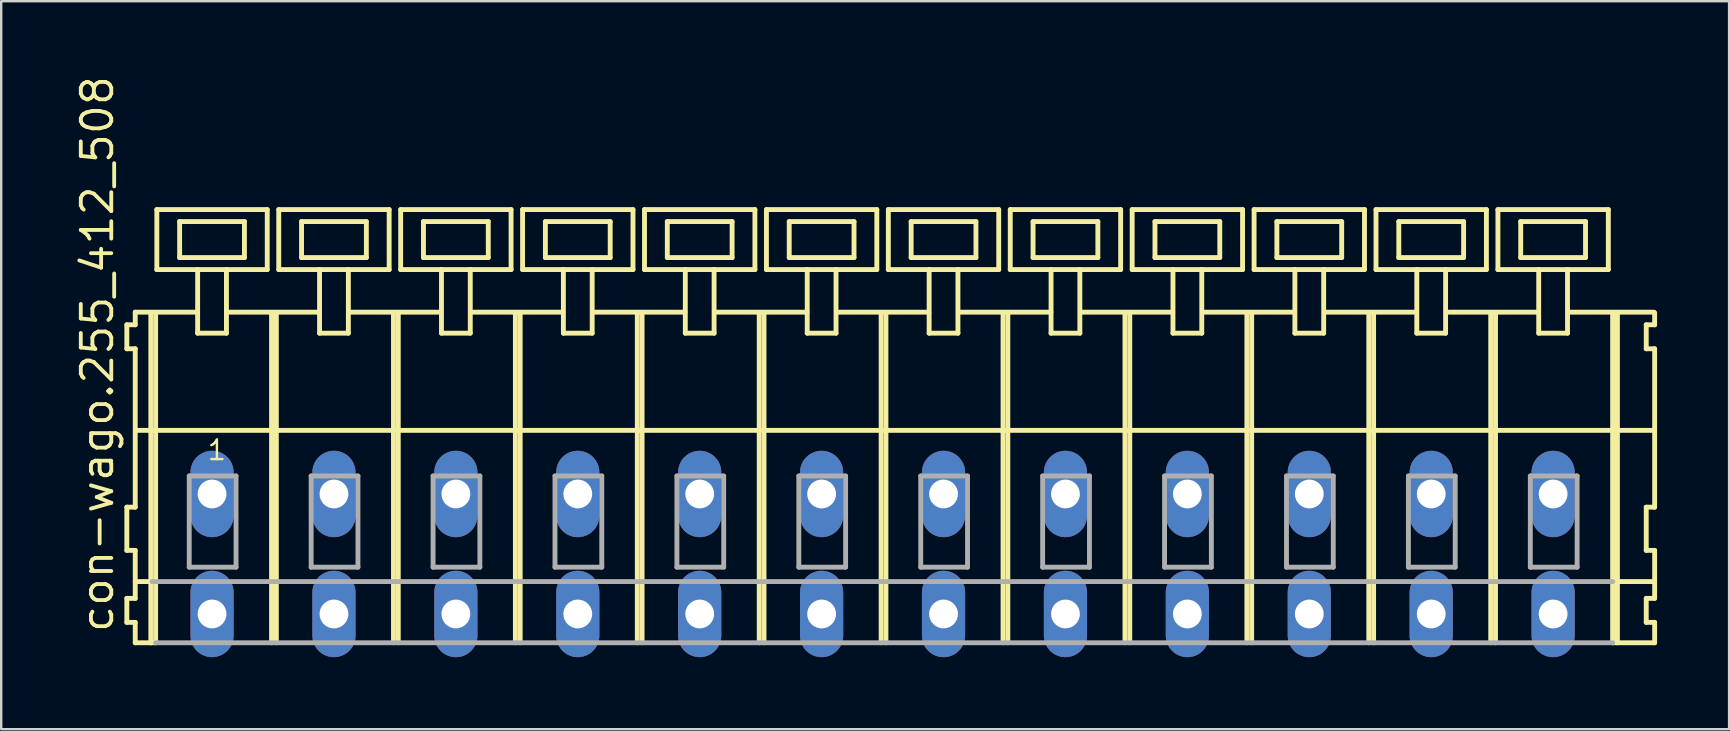
<source format=kicad_pcb>
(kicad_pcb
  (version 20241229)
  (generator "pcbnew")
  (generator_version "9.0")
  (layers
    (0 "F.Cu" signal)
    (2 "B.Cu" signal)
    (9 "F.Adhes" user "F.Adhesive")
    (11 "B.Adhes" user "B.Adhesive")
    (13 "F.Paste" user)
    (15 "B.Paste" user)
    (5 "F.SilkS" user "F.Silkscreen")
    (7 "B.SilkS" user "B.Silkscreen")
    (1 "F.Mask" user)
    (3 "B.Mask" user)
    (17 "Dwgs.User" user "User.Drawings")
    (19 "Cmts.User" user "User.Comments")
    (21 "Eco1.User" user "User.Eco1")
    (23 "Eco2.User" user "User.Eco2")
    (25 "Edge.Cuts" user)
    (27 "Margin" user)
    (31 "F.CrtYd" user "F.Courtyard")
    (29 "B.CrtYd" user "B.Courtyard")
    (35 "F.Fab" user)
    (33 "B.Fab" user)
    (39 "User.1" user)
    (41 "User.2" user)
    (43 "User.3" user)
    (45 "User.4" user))
  (footprint "con-wago.255_412_508"
    (layer "F.Cu")
    (at 33.725 17.533)
    (property "Reference" "con-wago.255_412_508" (at -31.975 5.855 90) (layer "F.SilkS") (effects (font (size 1.27 1.27) (thickness 0.16)) (justify left bottom)))
    (attr through_hole)
    (fp_line (start -31.49 -7.05) (end -31.49 -6.05) (stroke (width 0.203) (type default)) (layer "F.SilkS"))
    (fp_line (start -31.49 -6.05) (end -31.14 -6.05) (stroke (width 0.203) (type default)) (layer "F.SilkS"))
    (fp_line (start -31.49 0.55) (end -31.49 2.35) (stroke (width 0.203) (type default)) (layer "F.SilkS"))
    (fp_line (start -31.49 2.35) (end -31.14 2.35) (stroke (width 0.203) (type default)) (layer "F.SilkS"))
    (fp_line (start -31.49 4.35) (end -31.49 5.35) (stroke (width 0.203) (type default)) (layer "F.SilkS"))
    (fp_line (start -31.49 5.35) (end -31.14 5.35) (stroke (width 0.203) (type default)) (layer "F.SilkS"))
    (fp_line (start -31.14 -7.575) (end -31.14 -7.05) (stroke (width 0.203) (type default)) (layer "F.SilkS"))
    (fp_line (start -31.14 -7.575) (end -28.565 -7.575) (stroke (width 0.203) (type default)) (layer "F.SilkS"))
    (fp_line (start -31.14 -7.05) (end -31.49 -7.05) (stroke (width 0.203) (type default)) (layer "F.SilkS"))
    (fp_line (start -31.14 -6.05) (end -31.14 0.55) (stroke (width 0.203) (type default)) (layer "F.SilkS"))
    (fp_line (start -31.14 0.55) (end -31.49 0.55) (stroke (width 0.203) (type default)) (layer "F.SilkS"))
    (fp_line (start -31.14 2.35) (end -31.14 4.35) (stroke (width 0.203) (type default)) (layer "F.SilkS"))
    (fp_line (start -31.14 3.65) (end -30.44 3.65) (stroke (width 0.203) (type default)) (layer "F.SilkS"))
    (fp_line (start -31.14 4.35) (end -31.49 4.35) (stroke (width 0.203) (type default)) (layer "F.SilkS"))
    (fp_line (start -31.14 5.35) (end -31.14 6.2) (stroke (width 0.203) (type default)) (layer "F.SilkS"))
    (fp_line (start -31.14 6.2) (end -30.49 6.2) (stroke (width 0.203) (type default)) (layer "F.SilkS"))
    (fp_line (start -31.09 -2.65) (end 30.42 -2.65) (stroke (width 0.203) (type default)) (layer "F.SilkS"))
    (fp_line (start -30.49 -7.55) (end -30.49 6.2) (stroke (width 0.203) (type default)) (layer "F.SilkS"))
    (fp_line (start -30.49 6.2) (end -30.29 6.2) (stroke (width 0.203) (type default)) (layer "F.SilkS"))
    (fp_line (start -30.29 -7.55) (end -30.29 6.2) (stroke (width 0.203) (type default)) (layer "F.SilkS"))
    (fp_line (start -30.24 -11.85) (end -30.24 -9.35) (stroke (width 0.203) (type default)) (layer "F.SilkS"))
    (fp_line (start -30.24 -9.35) (end -28.54 -9.35) (stroke (width 0.203) (type default)) (layer "F.SilkS"))
    (fp_line (start -29.29 -11.35) (end -29.29 -9.85) (stroke (width 0.203) (type default)) (layer "F.SilkS"))
    (fp_line (start -29.29 -9.85) (end -26.59 -9.85) (stroke (width 0.203) (type default)) (layer "F.SilkS"))
    (fp_line (start -28.54 -9.35) (end -28.54 -6.7) (stroke (width 0.203) (type default)) (layer "F.SilkS"))
    (fp_line (start -28.54 -9.35) (end -27.34 -9.35) (stroke (width 0.203) (type default)) (layer "F.SilkS"))
    (fp_line (start -28.54 -6.7) (end -27.34 -6.7) (stroke (width 0.203) (type default)) (layer "F.SilkS"))
    (fp_line (start -27.34 -9.35) (end -25.64 -9.35) (stroke (width 0.203) (type default)) (layer "F.SilkS"))
    (fp_line (start -27.34 -6.7) (end -27.34 -9.35) (stroke (width 0.203) (type default)) (layer "F.SilkS"))
    (fp_line (start -27.315 -7.575) (end -23.481 -7.575) (stroke (width 0.203) (type default)) (layer "F.SilkS"))
    (fp_line (start -26.59 -11.35) (end -29.29 -11.35) (stroke (width 0.203) (type default)) (layer "F.SilkS"))
    (fp_line (start -26.59 -9.85) (end -26.59 -11.35) (stroke (width 0.203) (type default)) (layer "F.SilkS"))
    (fp_line (start -25.64 -11.85) (end -30.24 -11.85) (stroke (width 0.203) (type default)) (layer "F.SilkS"))
    (fp_line (start -25.64 -9.35) (end -25.64 -11.85) (stroke (width 0.203) (type default)) (layer "F.SilkS"))
    (fp_line (start -25.46 -7.55) (end -25.46 6.2) (stroke (width 0.203) (type default)) (layer "F.SilkS"))
    (fp_line (start -25.26 -7.55) (end -25.26 6.2) (stroke (width 0.203) (type default)) (layer "F.SilkS"))
    (fp_line (start -25.16 -11.85) (end -25.16 -9.35) (stroke (width 0.203) (type default)) (layer "F.SilkS"))
    (fp_line (start -25.16 -9.35) (end -23.46 -9.35) (stroke (width 0.203) (type default)) (layer "F.SilkS"))
    (fp_line (start -24.21 -11.35) (end -24.21 -9.85) (stroke (width 0.203) (type default)) (layer "F.SilkS"))
    (fp_line (start -24.21 -9.85) (end -21.51 -9.85) (stroke (width 0.203) (type default)) (layer "F.SilkS"))
    (fp_line (start -23.46 -9.35) (end -23.46 -6.7) (stroke (width 0.203) (type default)) (layer "F.SilkS"))
    (fp_line (start -23.46 -9.35) (end -22.26 -9.35) (stroke (width 0.203) (type default)) (layer "F.SilkS"))
    (fp_line (start -23.46 -6.7) (end -22.26 -6.7) (stroke (width 0.203) (type default)) (layer "F.SilkS"))
    (fp_line (start -22.26 -9.35) (end -20.56 -9.35) (stroke (width 0.203) (type default)) (layer "F.SilkS"))
    (fp_line (start -22.26 -6.7) (end -22.26 -9.35) (stroke (width 0.203) (type default)) (layer "F.SilkS"))
    (fp_line (start -22.235 -7.575) (end -18.39 -7.575) (stroke (width 0.203) (type default)) (layer "F.SilkS"))
    (fp_line (start -21.51 -11.35) (end -24.21 -11.35) (stroke (width 0.203) (type default)) (layer "F.SilkS"))
    (fp_line (start -21.51 -9.85) (end -21.51 -11.35) (stroke (width 0.203) (type default)) (layer "F.SilkS"))
    (fp_line (start -20.56 -11.85) (end -25.16 -11.85) (stroke (width 0.203) (type default)) (layer "F.SilkS"))
    (fp_line (start -20.56 -9.35) (end -20.56 -11.85) (stroke (width 0.203) (type default)) (layer "F.SilkS"))
    (fp_line (start -20.38 -7.55) (end -20.38 6.2) (stroke (width 0.203) (type default)) (layer "F.SilkS"))
    (fp_line (start -20.18 -7.55) (end -20.18 6.2) (stroke (width 0.203) (type default)) (layer "F.SilkS"))
    (fp_line (start -20.08 -11.85) (end -20.08 -9.35) (stroke (width 0.203) (type default)) (layer "F.SilkS"))
    (fp_line (start -20.08 -9.35) (end -18.38 -9.35) (stroke (width 0.203) (type default)) (layer "F.SilkS"))
    (fp_line (start -19.13 -11.35) (end -19.13 -9.85) (stroke (width 0.203) (type default)) (layer "F.SilkS"))
    (fp_line (start -19.13 -9.85) (end -16.43 -9.85) (stroke (width 0.203) (type default)) (layer "F.SilkS"))
    (fp_line (start -18.38 -9.35) (end -18.38 -6.7) (stroke (width 0.203) (type default)) (layer "F.SilkS"))
    (fp_line (start -18.38 -9.35) (end -17.18 -9.35) (stroke (width 0.203) (type default)) (layer "F.SilkS"))
    (fp_line (start -18.38 -6.7) (end -17.18 -6.7) (stroke (width 0.203) (type default)) (layer "F.SilkS"))
    (fp_line (start -17.18 -9.35) (end -15.48 -9.35) (stroke (width 0.203) (type default)) (layer "F.SilkS"))
    (fp_line (start -17.18 -6.7) (end -17.18 -9.35) (stroke (width 0.203) (type default)) (layer "F.SilkS"))
    (fp_line (start -17.155 -7.575) (end -13.31 -7.575) (stroke (width 0.203) (type default)) (layer "F.SilkS"))
    (fp_line (start -16.43 -11.35) (end -19.13 -11.35) (stroke (width 0.203) (type default)) (layer "F.SilkS"))
    (fp_line (start -16.43 -9.85) (end -16.43 -11.35) (stroke (width 0.203) (type default)) (layer "F.SilkS"))
    (fp_line (start -15.48 -11.85) (end -20.08 -11.85) (stroke (width 0.203) (type default)) (layer "F.SilkS"))
    (fp_line (start -15.48 -9.35) (end -15.48 -11.85) (stroke (width 0.203) (type default)) (layer "F.SilkS"))
    (fp_line (start -15.3 -7.55) (end -15.3 6.2) (stroke (width 0.203) (type default)) (layer "F.SilkS"))
    (fp_line (start -15.1 -7.55) (end -15.1 6.2) (stroke (width 0.203) (type default)) (layer "F.SilkS"))
    (fp_line (start -15 -11.85) (end -15 -9.35) (stroke (width 0.203) (type default)) (layer "F.SilkS"))
    (fp_line (start -15 -9.35) (end -13.3 -9.35) (stroke (width 0.203) (type default)) (layer "F.SilkS"))
    (fp_line (start -14.05 -11.35) (end -14.05 -9.85) (stroke (width 0.203) (type default)) (layer "F.SilkS"))
    (fp_line (start -14.05 -9.85) (end -11.35 -9.85) (stroke (width 0.203) (type default)) (layer "F.SilkS"))
    (fp_line (start -13.3 -9.35) (end -13.3 -6.7) (stroke (width 0.203) (type default)) (layer "F.SilkS"))
    (fp_line (start -13.3 -9.35) (end -12.1 -9.35) (stroke (width 0.203) (type default)) (layer "F.SilkS"))
    (fp_line (start -13.3 -6.7) (end -12.1 -6.7) (stroke (width 0.203) (type default)) (layer "F.SilkS"))
    (fp_line (start -12.1 -9.35) (end -10.4 -9.35) (stroke (width 0.203) (type default)) (layer "F.SilkS"))
    (fp_line (start -12.1 -6.7) (end -12.1 -9.35) (stroke (width 0.203) (type default)) (layer "F.SilkS"))
    (fp_line (start -12.075 -7.575) (end -8.23 -7.575) (stroke (width 0.203) (type default)) (layer "F.SilkS"))
    (fp_line (start -11.35 -11.35) (end -14.05 -11.35) (stroke (width 0.203) (type default)) (layer "F.SilkS"))
    (fp_line (start -11.35 -9.85) (end -11.35 -11.35) (stroke (width 0.203) (type default)) (layer "F.SilkS"))
    (fp_line (start -10.4 -11.85) (end -15 -11.85) (stroke (width 0.203) (type default)) (layer "F.SilkS"))
    (fp_line (start -10.4 -9.35) (end -10.4 -11.85) (stroke (width 0.203) (type default)) (layer "F.SilkS"))
    (fp_line (start -10.22 -7.55) (end -10.22 6.2) (stroke (width 0.203) (type default)) (layer "F.SilkS"))
    (fp_line (start -10.02 -7.55) (end -10.02 6.2) (stroke (width 0.203) (type default)) (layer "F.SilkS"))
    (fp_line (start -9.92 -11.85) (end -9.92 -9.35) (stroke (width 0.203) (type default)) (layer "F.SilkS"))
    (fp_line (start -9.92 -9.35) (end -8.22 -9.35) (stroke (width 0.203) (type default)) (layer "F.SilkS"))
    (fp_line (start -8.97 -11.35) (end -8.97 -9.85) (stroke (width 0.203) (type default)) (layer "F.SilkS"))
    (fp_line (start -8.97 -9.85) (end -6.27 -9.85) (stroke (width 0.203) (type default)) (layer "F.SilkS"))
    (fp_line (start -8.22 -9.35) (end -8.22 -6.7) (stroke (width 0.203) (type default)) (layer "F.SilkS"))
    (fp_line (start -8.22 -9.35) (end -7.02 -9.35) (stroke (width 0.203) (type default)) (layer "F.SilkS"))
    (fp_line (start -8.22 -6.7) (end -7.02 -6.7) (stroke (width 0.203) (type default)) (layer "F.SilkS"))
    (fp_line (start -7.02 -9.35) (end -5.32 -9.35) (stroke (width 0.203) (type default)) (layer "F.SilkS"))
    (fp_line (start -7.02 -6.7) (end -7.02 -9.35) (stroke (width 0.203) (type default)) (layer "F.SilkS"))
    (fp_line (start -6.995 -7.575) (end -3.15 -7.575) (stroke (width 0.203) (type default)) (layer "F.SilkS"))
    (fp_line (start -6.27 -11.35) (end -8.97 -11.35) (stroke (width 0.203) (type default)) (layer "F.SilkS"))
    (fp_line (start -6.27 -9.85) (end -6.27 -11.35) (stroke (width 0.203) (type default)) (layer "F.SilkS"))
    (fp_line (start -5.32 -11.85) (end -9.92 -11.85) (stroke (width 0.203) (type default)) (layer "F.SilkS"))
    (fp_line (start -5.32 -9.35) (end -5.32 -11.85) (stroke (width 0.203) (type default)) (layer "F.SilkS"))
    (fp_line (start -5.14 -7.55) (end -5.14 6.2) (stroke (width 0.203) (type default)) (layer "F.SilkS"))
    (fp_line (start -4.94 -7.55) (end -4.94 6.2) (stroke (width 0.203) (type default)) (layer "F.SilkS"))
    (fp_line (start -4.84 -11.85) (end -4.84 -9.35) (stroke (width 0.203) (type default)) (layer "F.SilkS"))
    (fp_line (start -4.84 -9.35) (end -3.14 -9.35) (stroke (width 0.203) (type default)) (layer "F.SilkS"))
    (fp_line (start -3.89 -11.35) (end -3.89 -9.85) (stroke (width 0.203) (type default)) (layer "F.SilkS"))
    (fp_line (start -3.89 -9.85) (end -1.19 -9.85) (stroke (width 0.203) (type default)) (layer "F.SilkS"))
    (fp_line (start -3.14 -9.35) (end -3.14 -6.7) (stroke (width 0.203) (type default)) (layer "F.SilkS"))
    (fp_line (start -3.14 -9.35) (end -1.94 -9.35) (stroke (width 0.203) (type default)) (layer "F.SilkS"))
    (fp_line (start -3.14 -6.7) (end -1.94 -6.7) (stroke (width 0.203) (type default)) (layer "F.SilkS"))
    (fp_line (start -1.94 -9.35) (end -0.24 -9.35) (stroke (width 0.203) (type default)) (layer "F.SilkS"))
    (fp_line (start -1.94 -6.7) (end -1.94 -9.35) (stroke (width 0.203) (type default)) (layer "F.SilkS"))
    (fp_line (start -1.915 -7.575) (end 1.93 -7.575) (stroke (width 0.203) (type default)) (layer "F.SilkS"))
    (fp_line (start -1.19 -11.35) (end -3.89 -11.35) (stroke (width 0.203) (type default)) (layer "F.SilkS"))
    (fp_line (start -1.19 -9.85) (end -1.19 -11.35) (stroke (width 0.203) (type default)) (layer "F.SilkS"))
    (fp_line (start -0.24 -11.85) (end -4.84 -11.85) (stroke (width 0.203) (type default)) (layer "F.SilkS"))
    (fp_line (start -0.24 -9.35) (end -0.24 -11.85) (stroke (width 0.203) (type default)) (layer "F.SilkS"))
    (fp_line (start -0.06 -7.55) (end -0.06 6.2) (stroke (width 0.203) (type default)) (layer "F.SilkS"))
    (fp_line (start 0.14 -7.55) (end 0.14 6.2) (stroke (width 0.203) (type default)) (layer "F.SilkS"))
    (fp_line (start 0.24 -11.85) (end 0.24 -9.35) (stroke (width 0.203) (type default)) (layer "F.SilkS"))
    (fp_line (start 0.24 -9.35) (end 1.94 -9.35) (stroke (width 0.203) (type default)) (layer "F.SilkS"))
    (fp_line (start 1.19 -11.35) (end 1.19 -9.85) (stroke (width 0.203) (type default)) (layer "F.SilkS"))
    (fp_line (start 1.19 -9.85) (end 3.89 -9.85) (stroke (width 0.203) (type default)) (layer "F.SilkS"))
    (fp_line (start 1.94 -9.35) (end 1.94 -6.7) (stroke (width 0.203) (type default)) (layer "F.SilkS"))
    (fp_line (start 1.94 -9.35) (end 3.14 -9.35) (stroke (width 0.203) (type default)) (layer "F.SilkS"))
    (fp_line (start 1.94 -6.7) (end 3.14 -6.7) (stroke (width 0.203) (type default)) (layer "F.SilkS"))
    (fp_line (start 3.14 -9.35) (end 4.84 -9.35) (stroke (width 0.203) (type default)) (layer "F.SilkS"))
    (fp_line (start 3.14 -6.7) (end 3.14 -9.35) (stroke (width 0.203) (type default)) (layer "F.SilkS"))
    (fp_line (start 3.165 -7.575) (end 7.01 -7.575) (stroke (width 0.203) (type default)) (layer "F.SilkS"))
    (fp_line (start 3.89 -11.35) (end 1.19 -11.35) (stroke (width 0.203) (type default)) (layer "F.SilkS"))
    (fp_line (start 3.89 -9.85) (end 3.89 -11.35) (stroke (width 0.203) (type default)) (layer "F.SilkS"))
    (fp_line (start 4.84 -11.85) (end 0.24 -11.85) (stroke (width 0.203) (type default)) (layer "F.SilkS"))
    (fp_line (start 4.84 -9.35) (end 4.84 -11.85) (stroke (width 0.203) (type default)) (layer "F.SilkS"))
    (fp_line (start 5.02 -7.55) (end 5.02 6.2) (stroke (width 0.203) (type default)) (layer "F.SilkS"))
    (fp_line (start 5.22 -7.55) (end 5.22 6.2) (stroke (width 0.203) (type default)) (layer "F.SilkS"))
    (fp_line (start 5.32 -11.85) (end 5.32 -9.35) (stroke (width 0.203) (type default)) (layer "F.SilkS"))
    (fp_line (start 5.32 -9.35) (end 7.02 -9.35) (stroke (width 0.203) (type default)) (layer "F.SilkS"))
    (fp_line (start 6.27 -11.35) (end 6.27 -9.85) (stroke (width 0.203) (type default)) (layer "F.SilkS"))
    (fp_line (start 6.27 -9.85) (end 8.97 -9.85) (stroke (width 0.203) (type default)) (layer "F.SilkS"))
    (fp_line (start 7.02 -9.35) (end 7.02 -6.7) (stroke (width 0.203) (type default)) (layer "F.SilkS"))
    (fp_line (start 7.02 -9.35) (end 8.22 -9.35) (stroke (width 0.203) (type default)) (layer "F.SilkS"))
    (fp_line (start 7.02 -6.7) (end 8.22 -6.7) (stroke (width 0.203) (type default)) (layer "F.SilkS"))
    (fp_line (start 8.22 -9.35) (end 9.92 -9.35) (stroke (width 0.203) (type default)) (layer "F.SilkS"))
    (fp_line (start 8.22 -6.7) (end 8.22 -9.35) (stroke (width 0.203) (type default)) (layer "F.SilkS"))
    (fp_line (start 8.245 -7.575) (end 12.09 -7.575) (stroke (width 0.203) (type default)) (layer "F.SilkS"))
    (fp_line (start 8.97 -11.35) (end 6.27 -11.35) (stroke (width 0.203) (type default)) (layer "F.SilkS"))
    (fp_line (start 8.97 -9.85) (end 8.97 -11.35) (stroke (width 0.203) (type default)) (layer "F.SilkS"))
    (fp_line (start 9.92 -11.85) (end 5.32 -11.85) (stroke (width 0.203) (type default)) (layer "F.SilkS"))
    (fp_line (start 9.92 -9.35) (end 9.92 -11.85) (stroke (width 0.203) (type default)) (layer "F.SilkS"))
    (fp_line (start 10.1 -7.55) (end 10.1 6.2) (stroke (width 0.203) (type default)) (layer "F.SilkS"))
    (fp_line (start 10.3 -7.55) (end 10.3 6.2) (stroke (width 0.203) (type default)) (layer "F.SilkS"))
    (fp_line (start 10.4 -11.85) (end 10.4 -9.35) (stroke (width 0.203) (type default)) (layer "F.SilkS"))
    (fp_line (start 10.4 -9.35) (end 12.1 -9.35) (stroke (width 0.203) (type default)) (layer "F.SilkS"))
    (fp_line (start 11.35 -11.35) (end 11.35 -9.85) (stroke (width 0.203) (type default)) (layer "F.SilkS"))
    (fp_line (start 11.35 -9.85) (end 14.05 -9.85) (stroke (width 0.203) (type default)) (layer "F.SilkS"))
    (fp_line (start 12.1 -9.35) (end 12.1 -6.7) (stroke (width 0.203) (type default)) (layer "F.SilkS"))
    (fp_line (start 12.1 -9.35) (end 13.3 -9.35) (stroke (width 0.203) (type default)) (layer "F.SilkS"))
    (fp_line (start 12.1 -6.7) (end 13.3 -6.7) (stroke (width 0.203) (type default)) (layer "F.SilkS"))
    (fp_line (start 13.3 -9.35) (end 15 -9.35) (stroke (width 0.203) (type default)) (layer "F.SilkS"))
    (fp_line (start 13.3 -6.7) (end 13.3 -9.35) (stroke (width 0.203) (type default)) (layer "F.SilkS"))
    (fp_line (start 13.325 -7.575) (end 17.17 -7.575) (stroke (width 0.203) (type default)) (layer "F.SilkS"))
    (fp_line (start 14.05 -11.35) (end 11.35 -11.35) (stroke (width 0.203) (type default)) (layer "F.SilkS"))
    (fp_line (start 14.05 -9.85) (end 14.05 -11.35) (stroke (width 0.203) (type default)) (layer "F.SilkS"))
    (fp_line (start 15 -11.85) (end 10.4 -11.85) (stroke (width 0.203) (type default)) (layer "F.SilkS"))
    (fp_line (start 15 -9.35) (end 15 -11.85) (stroke (width 0.203) (type default)) (layer "F.SilkS"))
    (fp_line (start 15.18 -7.55) (end 15.18 6.2) (stroke (width 0.203) (type default)) (layer "F.SilkS"))
    (fp_line (start 15.38 -7.55) (end 15.38 6.2) (stroke (width 0.203) (type default)) (layer "F.SilkS"))
    (fp_line (start 15.48 -11.85) (end 15.48 -9.35) (stroke (width 0.203) (type default)) (layer "F.SilkS"))
    (fp_line (start 15.48 -9.35) (end 17.18 -9.35) (stroke (width 0.203) (type default)) (layer "F.SilkS"))
    (fp_line (start 16.43 -11.35) (end 16.43 -9.85) (stroke (width 0.203) (type default)) (layer "F.SilkS"))
    (fp_line (start 16.43 -9.85) (end 19.13 -9.85) (stroke (width 0.203) (type default)) (layer "F.SilkS"))
    (fp_line (start 17.18 -9.35) (end 17.18 -6.7) (stroke (width 0.203) (type default)) (layer "F.SilkS"))
    (fp_line (start 17.18 -9.35) (end 18.38 -9.35) (stroke (width 0.203) (type default)) (layer "F.SilkS"))
    (fp_line (start 17.18 -6.7) (end 18.38 -6.7) (stroke (width 0.203) (type default)) (layer "F.SilkS"))
    (fp_line (start 18.38 -9.35) (end 20.08 -9.35) (stroke (width 0.203) (type default)) (layer "F.SilkS"))
    (fp_line (start 18.38 -6.7) (end 18.38 -9.35) (stroke (width 0.203) (type default)) (layer "F.SilkS"))
    (fp_line (start 18.405 -7.575) (end 22.25 -7.575) (stroke (width 0.203) (type default)) (layer "F.SilkS"))
    (fp_line (start 19.13 -11.35) (end 16.43 -11.35) (stroke (width 0.203) (type default)) (layer "F.SilkS"))
    (fp_line (start 19.13 -9.85) (end 19.13 -11.35) (stroke (width 0.203) (type default)) (layer "F.SilkS"))
    (fp_line (start 20.08 -11.85) (end 15.48 -11.85) (stroke (width 0.203) (type default)) (layer "F.SilkS"))
    (fp_line (start 20.08 -9.35) (end 20.08 -11.85) (stroke (width 0.203) (type default)) (layer "F.SilkS"))
    (fp_line (start 20.26 -7.55) (end 20.26 6.2) (stroke (width 0.203) (type default)) (layer "F.SilkS"))
    (fp_line (start 20.46 -7.55) (end 20.46 6.2) (stroke (width 0.203) (type default)) (layer "F.SilkS"))
    (fp_line (start 20.56 -11.85) (end 20.56 -9.35) (stroke (width 0.203) (type default)) (layer "F.SilkS"))
    (fp_line (start 20.56 -9.35) (end 22.26 -9.35) (stroke (width 0.203) (type default)) (layer "F.SilkS"))
    (fp_line (start 21.51 -11.35) (end 21.51 -9.85) (stroke (width 0.203) (type default)) (layer "F.SilkS"))
    (fp_line (start 21.51 -9.85) (end 24.21 -9.85) (stroke (width 0.203) (type default)) (layer "F.SilkS"))
    (fp_line (start 22.26 -9.35) (end 22.26 -6.7) (stroke (width 0.203) (type default)) (layer "F.SilkS"))
    (fp_line (start 22.26 -9.35) (end 23.46 -9.35) (stroke (width 0.203) (type default)) (layer "F.SilkS"))
    (fp_line (start 22.26 -6.7) (end 23.46 -6.7) (stroke (width 0.203) (type default)) (layer "F.SilkS"))
    (fp_line (start 23.46 -9.35) (end 25.16 -9.35) (stroke (width 0.203) (type default)) (layer "F.SilkS"))
    (fp_line (start 23.46 -6.7) (end 23.46 -9.35) (stroke (width 0.203) (type default)) (layer "F.SilkS"))
    (fp_line (start 23.485 -7.575) (end 27.33 -7.575) (stroke (width 0.203) (type default)) (layer "F.SilkS"))
    (fp_line (start 24.21 -11.35) (end 21.51 -11.35) (stroke (width 0.203) (type default)) (layer "F.SilkS"))
    (fp_line (start 24.21 -9.85) (end 24.21 -11.35) (stroke (width 0.203) (type default)) (layer "F.SilkS"))
    (fp_line (start 25.16 -11.85) (end 20.56 -11.85) (stroke (width 0.203) (type default)) (layer "F.SilkS"))
    (fp_line (start 25.16 -9.35) (end 25.16 -11.85) (stroke (width 0.203) (type default)) (layer "F.SilkS"))
    (fp_line (start 25.34 -7.55) (end 25.34 6.2) (stroke (width 0.203) (type default)) (layer "F.SilkS"))
    (fp_line (start 25.54 -7.55) (end 25.54 6.2) (stroke (width 0.203) (type default)) (layer "F.SilkS"))
    (fp_line (start 25.64 -11.85) (end 25.64 -9.35) (stroke (width 0.203) (type default)) (layer "F.SilkS"))
    (fp_line (start 25.64 -9.35) (end 27.34 -9.35) (stroke (width 0.203) (type default)) (layer "F.SilkS"))
    (fp_line (start 26.59 -11.35) (end 26.59 -9.85) (stroke (width 0.203) (type default)) (layer "F.SilkS"))
    (fp_line (start 26.59 -9.85) (end 29.29 -9.85) (stroke (width 0.203) (type default)) (layer "F.SilkS"))
    (fp_line (start 27.34 -9.35) (end 27.34 -6.7) (stroke (width 0.203) (type default)) (layer "F.SilkS"))
    (fp_line (start 27.34 -9.35) (end 28.54 -9.35) (stroke (width 0.203) (type default)) (layer "F.SilkS"))
    (fp_line (start 27.34 -6.7) (end 28.54 -6.7) (stroke (width 0.203) (type default)) (layer "F.SilkS"))
    (fp_line (start 28.54 -9.35) (end 30.24 -9.35) (stroke (width 0.203) (type default)) (layer "F.SilkS"))
    (fp_line (start 28.54 -6.7) (end 28.54 -9.35) (stroke (width 0.203) (type default)) (layer "F.SilkS"))
    (fp_line (start 28.55 -7.575) (end 32.145 -7.575) (stroke (width 0.203) (type default)) (layer "F.SilkS"))
    (fp_line (start 29.29 -11.35) (end 26.59 -11.35) (stroke (width 0.203) (type default)) (layer "F.SilkS"))
    (fp_line (start 29.29 -9.85) (end 29.29 -11.35) (stroke (width 0.203) (type default)) (layer "F.SilkS"))
    (fp_line (start 30.24 -11.85) (end 25.64 -11.85) (stroke (width 0.203) (type default)) (layer "F.SilkS"))
    (fp_line (start 30.24 -9.35) (end 30.24 -11.85) (stroke (width 0.203) (type default)) (layer "F.SilkS"))
    (fp_line (start 30.42 -7.55) (end 30.42 -2.65) (stroke (width 0.203) (type default)) (layer "F.SilkS"))
    (fp_line (start 30.42 -2.65) (end 30.42 6.2) (stroke (width 0.203) (type default)) (layer "F.SilkS"))
    (fp_line (start 30.42 -2.65) (end 32.12 -2.65) (stroke (width 0.203) (type default)) (layer "F.SilkS"))
    (fp_line (start 30.42 6.2) (end 32.17 6.2) (stroke (width 0.203) (type default)) (layer "F.SilkS"))
    (fp_line (start 30.47 3.65) (end 32.17 3.65) (stroke (width 0.203) (type default)) (layer "F.SilkS"))
    (fp_line (start 30.62 -7.55) (end 30.62 6.2) (stroke (width 0.203) (type default)) (layer "F.SilkS"))
    (fp_line (start 31.82 -7.05) (end 31.82 -6.05) (stroke (width 0.203) (type default)) (layer "F.SilkS"))
    (fp_line (start 31.82 -6.05) (end 32.17 -6.05) (stroke (width 0.203) (type default)) (layer "F.SilkS"))
    (fp_line (start 31.82 0.55) (end 31.82 2.35) (stroke (width 0.203) (type default)) (layer "F.SilkS"))
    (fp_line (start 31.82 2.35) (end 32.17 2.35) (stroke (width 0.203) (type default)) (layer "F.SilkS"))
    (fp_line (start 31.82 4.35) (end 31.82 5.35) (stroke (width 0.203) (type default)) (layer "F.SilkS"))
    (fp_line (start 31.82 5.35) (end 32.17 5.35) (stroke (width 0.203) (type default)) (layer "F.SilkS"))
    (fp_line (start 32.17 -7.05) (end 31.82 -7.05) (stroke (width 0.203) (type default)) (layer "F.SilkS"))
    (fp_line (start 32.17 -7.05) (end 32.17 -7.55) (stroke (width 0.203) (type default)) (layer "F.SilkS"))
    (fp_line (start 32.17 0.55) (end 31.82 0.55) (stroke (width 0.203) (type default)) (layer "F.SilkS"))
    (fp_line (start 32.17 0.55) (end 32.17 -6.05) (stroke (width 0.203) (type default)) (layer "F.SilkS"))
    (fp_line (start 32.17 3.65) (end 32.17 2.35) (stroke (width 0.203) (type default)) (layer "F.SilkS"))
    (fp_line (start 32.17 4.35) (end 31.82 4.35) (stroke (width 0.203) (type default)) (layer "F.SilkS"))
    (fp_line (start 32.17 4.35) (end 32.17 3.65) (stroke (width 0.203) (type default)) (layer "F.SilkS"))
    (fp_line (start 32.17 6.2) (end 32.17 5.35) (stroke (width 0.203) (type default)) (layer "F.SilkS"))
    (fp_line (start -30.44 3.65) (end 30.42 3.65) (stroke (width 0.203) (type default)) (layer "F.Fab"))
    (fp_line (start -30.29 6.2) (end 30.42 6.2) (stroke (width 0.203) (type default)) (layer "F.Fab"))
    (fp_line (start -28.89 -0.75) (end -28.89 3.05) (stroke (width 0.203) (type default)) (layer "F.Fab"))
    (fp_line (start -28.89 3.05) (end -26.94 3.05) (stroke (width 0.203) (type default)) (layer "F.Fab"))
    (fp_line (start -26.94 -0.75) (end -28.89 -0.75) (stroke (width 0.203) (type default)) (layer "F.Fab"))
    (fp_line (start -26.94 3.05) (end -26.94 -0.75) (stroke (width 0.203) (type default)) (layer "F.Fab"))
    (fp_line (start -23.81 -0.75) (end -23.81 3.05) (stroke (width 0.203) (type default)) (layer "F.Fab"))
    (fp_line (start -23.81 3.05) (end -21.86 3.05) (stroke (width 0.203) (type default)) (layer "F.Fab"))
    (fp_line (start -21.86 -0.75) (end -23.81 -0.75) (stroke (width 0.203) (type default)) (layer "F.Fab"))
    (fp_line (start -21.86 3.05) (end -21.86 -0.75) (stroke (width 0.203) (type default)) (layer "F.Fab"))
    (fp_line (start -18.73 -0.75) (end -18.73 3.05) (stroke (width 0.203) (type default)) (layer "F.Fab"))
    (fp_line (start -18.73 3.05) (end -16.78 3.05) (stroke (width 0.203) (type default)) (layer "F.Fab"))
    (fp_line (start -16.78 -0.75) (end -18.73 -0.75) (stroke (width 0.203) (type default)) (layer "F.Fab"))
    (fp_line (start -16.78 3.05) (end -16.78 -0.75) (stroke (width 0.203) (type default)) (layer "F.Fab"))
    (fp_line (start -13.65 -0.75) (end -13.65 3.05) (stroke (width 0.203) (type default)) (layer "F.Fab"))
    (fp_line (start -13.65 3.05) (end -11.7 3.05) (stroke (width 0.203) (type default)) (layer "F.Fab"))
    (fp_line (start -11.7 -0.75) (end -13.65 -0.75) (stroke (width 0.203) (type default)) (layer "F.Fab"))
    (fp_line (start -11.7 3.05) (end -11.7 -0.75) (stroke (width 0.203) (type default)) (layer "F.Fab"))
    (fp_line (start -8.57 -0.75) (end -8.57 3.05) (stroke (width 0.203) (type default)) (layer "F.Fab"))
    (fp_line (start -8.57 3.05) (end -6.62 3.05) (stroke (width 0.203) (type default)) (layer "F.Fab"))
    (fp_line (start -6.62 -0.75) (end -8.57 -0.75) (stroke (width 0.203) (type default)) (layer "F.Fab"))
    (fp_line (start -6.62 3.05) (end -6.62 -0.75) (stroke (width 0.203) (type default)) (layer "F.Fab"))
    (fp_line (start -3.49 -0.75) (end -3.49 3.05) (stroke (width 0.203) (type default)) (layer "F.Fab"))
    (fp_line (start -3.49 3.05) (end -1.54 3.05) (stroke (width 0.203) (type default)) (layer "F.Fab"))
    (fp_line (start -1.54 -0.75) (end -3.49 -0.75) (stroke (width 0.203) (type default)) (layer "F.Fab"))
    (fp_line (start -1.54 3.05) (end -1.54 -0.75) (stroke (width 0.203) (type default)) (layer "F.Fab"))
    (fp_line (start 1.59 -0.75) (end 1.59 3.05) (stroke (width 0.203) (type default)) (layer "F.Fab"))
    (fp_line (start 1.59 3.05) (end 3.54 3.05) (stroke (width 0.203) (type default)) (layer "F.Fab"))
    (fp_line (start 3.54 -0.75) (end 1.59 -0.75) (stroke (width 0.203) (type default)) (layer "F.Fab"))
    (fp_line (start 3.54 3.05) (end 3.54 -0.75) (stroke (width 0.203) (type default)) (layer "F.Fab"))
    (fp_line (start 6.67 -0.75) (end 6.67 3.05) (stroke (width 0.203) (type default)) (layer "F.Fab"))
    (fp_line (start 6.67 3.05) (end 8.62 3.05) (stroke (width 0.203) (type default)) (layer "F.Fab"))
    (fp_line (start 8.62 -0.75) (end 6.67 -0.75) (stroke (width 0.203) (type default)) (layer "F.Fab"))
    (fp_line (start 8.62 3.05) (end 8.62 -0.75) (stroke (width 0.203) (type default)) (layer "F.Fab"))
    (fp_line (start 11.75 -0.75) (end 11.75 3.05) (stroke (width 0.203) (type default)) (layer "F.Fab"))
    (fp_line (start 11.75 3.05) (end 13.7 3.05) (stroke (width 0.203) (type default)) (layer "F.Fab"))
    (fp_line (start 13.7 -0.75) (end 11.75 -0.75) (stroke (width 0.203) (type default)) (layer "F.Fab"))
    (fp_line (start 13.7 3.05) (end 13.7 -0.75) (stroke (width 0.203) (type default)) (layer "F.Fab"))
    (fp_line (start 16.83 -0.75) (end 16.83 3.05) (stroke (width 0.203) (type default)) (layer "F.Fab"))
    (fp_line (start 16.83 3.05) (end 18.78 3.05) (stroke (width 0.203) (type default)) (layer "F.Fab"))
    (fp_line (start 18.78 -0.75) (end 16.83 -0.75) (stroke (width 0.203) (type default)) (layer "F.Fab"))
    (fp_line (start 18.78 3.05) (end 18.78 -0.75) (stroke (width 0.203) (type default)) (layer "F.Fab"))
    (fp_line (start 21.91 -0.75) (end 21.91 3.05) (stroke (width 0.203) (type default)) (layer "F.Fab"))
    (fp_line (start 21.91 3.05) (end 23.86 3.05) (stroke (width 0.203) (type default)) (layer "F.Fab"))
    (fp_line (start 23.86 -0.75) (end 21.91 -0.75) (stroke (width 0.203) (type default)) (layer "F.Fab"))
    (fp_line (start 23.86 3.05) (end 23.86 -0.75) (stroke (width 0.203) (type default)) (layer "F.Fab"))
    (fp_line (start 26.99 -0.75) (end 26.99 3.05) (stroke (width 0.203) (type default)) (layer "F.Fab"))
    (fp_line (start 26.99 3.05) (end 28.94 3.05) (stroke (width 0.203) (type default)) (layer "F.Fab"))
    (fp_line (start 28.94 -0.75) (end 26.99 -0.75) (stroke (width 0.203) (type default)) (layer "F.Fab"))
    (fp_line (start 28.94 3.05) (end 28.94 -0.75) (stroke (width 0.203) (type default)) (layer "F.Fab"))
    (fp_text user "1" (at -28.19 -1.35 0) (layer "F.SilkS") (effects (font (size 0.813 0.813) (thickness 0.1)) (justify left bottom)))
    (pad "A1" thru_hole oval (at -27.94 0 90) (size 3.6 1.8) (drill 1.2) (layers "*.Cu" "*.Mask"))
    (pad "A2" thru_hole oval (at -22.86 0 90) (size 3.6 1.8) (drill 1.2) (layers "*.Cu" "*.Mask"))
    (pad "A3" thru_hole oval (at -17.78 0 90) (size 3.6 1.8) (drill 1.2) (layers "*.Cu" "*.Mask"))
    (pad "A4" thru_hole oval (at -12.7 0 90) (size 3.6 1.8) (drill 1.2) (layers "*.Cu" "*.Mask"))
    (pad "A5" thru_hole oval (at -7.62 0 90) (size 3.6 1.8) (drill 1.2) (layers "*.Cu" "*.Mask"))
    (pad "A6" thru_hole oval (at -2.54 0 90) (size 3.6 1.8) (drill 1.2) (layers "*.Cu" "*.Mask"))
    (pad "A7" thru_hole oval (at 2.54 0 90) (size 3.6 1.8) (drill 1.2) (layers "*.Cu" "*.Mask"))
    (pad "A8" thru_hole oval (at 7.62 0 90) (size 3.6 1.8) (drill 1.2) (layers "*.Cu" "*.Mask"))
    (pad "A9" thru_hole oval (at 12.7 0 90) (size 3.6 1.8) (drill 1.2) (layers "*.Cu" "*.Mask"))
    (pad "A10" thru_hole oval (at 17.78 0 90) (size 3.6 1.8) (drill 1.2) (layers "*.Cu" "*.Mask"))
    (pad "A11" thru_hole oval (at 22.86 0 90) (size 3.6 1.8) (drill 1.2) (layers "*.Cu" "*.Mask"))
    (pad "A12" thru_hole oval (at 27.94 0 90) (size 3.6 1.8) (drill 1.2) (layers "*.Cu" "*.Mask"))
    (pad "B1" thru_hole oval (at -27.94 5 90) (size 3.6 1.8) (drill 1.2) (layers "*.Cu" "*.Mask"))
    (pad "B2" thru_hole oval (at -22.86 5 90) (size 3.6 1.8) (drill 1.2) (layers "*.Cu" "*.Mask"))
    (pad "B3" thru_hole oval (at -17.78 5 90) (size 3.6 1.8) (drill 1.2) (layers "*.Cu" "*.Mask"))
    (pad "B4" thru_hole oval (at -12.7 5 90) (size 3.6 1.8) (drill 1.2) (layers "*.Cu" "*.Mask"))
    (pad "B5" thru_hole oval (at -7.62 5 90) (size 3.6 1.8) (drill 1.2) (layers "*.Cu" "*.Mask"))
    (pad "B6" thru_hole oval (at -2.54 5 90) (size 3.6 1.8) (drill 1.2) (layers "*.Cu" "*.Mask"))
    (pad "B7" thru_hole oval (at 2.54 5 90) (size 3.6 1.8) (drill 1.2) (layers "*.Cu" "*.Mask"))
    (pad "B8" thru_hole oval (at 7.62 5 90) (size 3.6 1.8) (drill 1.2) (layers "*.Cu" "*.Mask"))
    (pad "B9" thru_hole oval (at 12.7 5 90) (size 3.6 1.8) (drill 1.2) (layers "*.Cu" "*.Mask"))
    (pad "B10" thru_hole oval (at 17.78 5 90) (size 3.6 1.8) (drill 1.2) (layers "*.Cu" "*.Mask"))
    (pad "B11" thru_hole oval (at 22.86 5 90) (size 3.6 1.8) (drill 1.2) (layers "*.Cu" "*.Mask"))
    (pad "B12" thru_hole oval (at 27.94 5 90) (size 3.6 1.8) (drill 1.2) (layers "*.Cu" "*.Mask")))
  (gr_rect
    (start -3 -3)
    (end 68.997 27.333)
    (stroke (width 0.1) (type default))
    (fill no)
    (layer "Edge.Cuts")))
</source>
